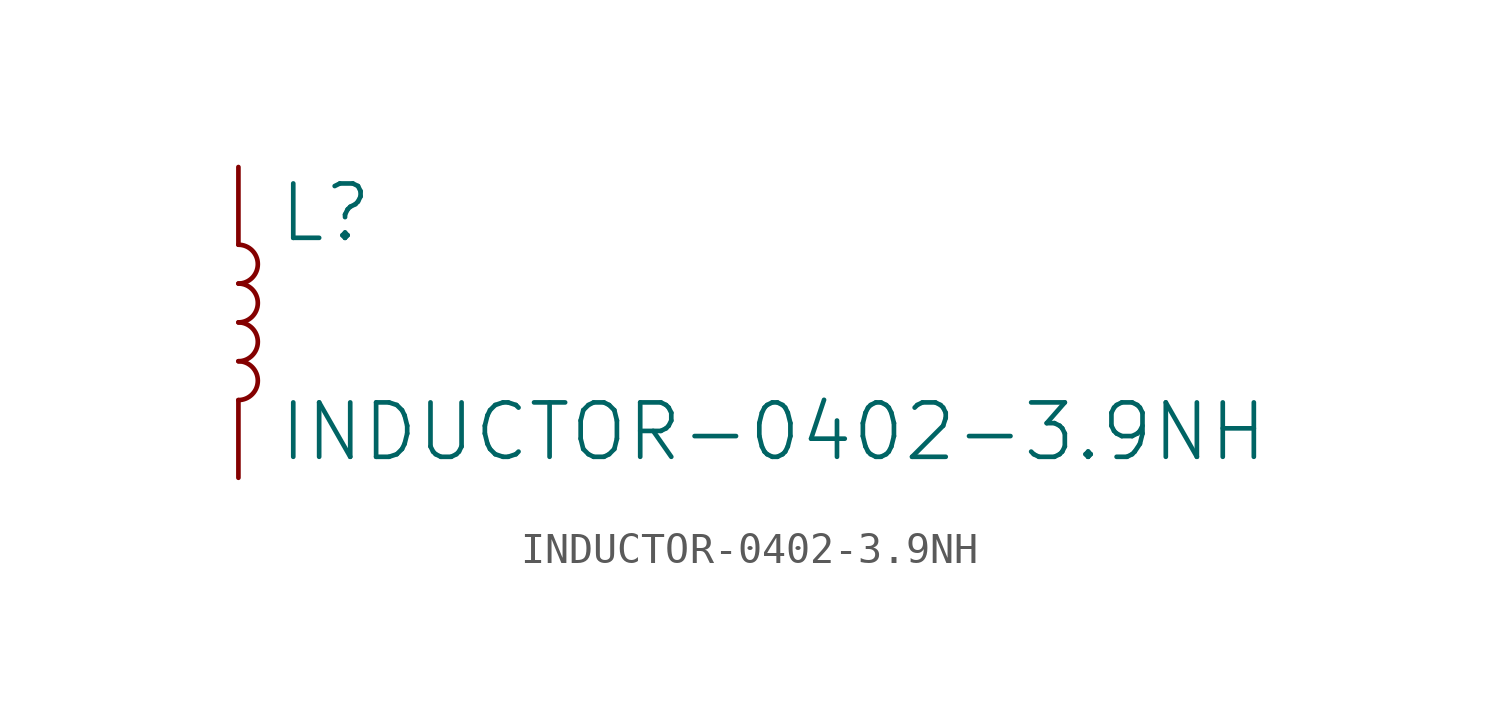
<source format=kicad_sym>
(kicad_symbol_lib
  (version 20220331)
  (generator kicad_symbol_editor)
  (symbol "INDUCTOR-0402-3.9NH"
    (property "Reference" "L"
      (at 1.27 2.54 0)
      (effects (font (size 1.778 1.778)) (justify left bottom)))
    (property "Value" "INDUCTOR-0402-3.9NH"
      (at 1.27 -2.54 0)
      (effects (font (size 1.778 1.778)) (justify left top)))
    (property "ki_locked" ""
      (at 0 0 0)
      (effects (font (size 1.27 1.27))))
    (symbol "INDUCTOR-0402-3.9NH_1_0"
      (arc (start 0 -2.54) (mid 0.635 -1.905) (end 0 -1.27) (stroke (width 0.1524) (type solid)) (fill (type none)))
      (arc (start 0 -1.27) (mid 0.635 -0.635) (end 0 0) (stroke (width 0.1524) (type solid)) (fill (type none)))
      (arc (start 0 0) (mid 0.635 0.635) (end 0 1.27) (stroke (width 0.1524) (type solid)) (fill (type none)))
      (arc (start 0 1.27) (mid 0.635 1.905) (end 0 2.54) (stroke (width 0.1524) (type solid)) (fill (type none)))
      (pin passive line (at 0 5.08 270) (length 2.54) (name "1" (effects (font (size 0 0)))) (number "1" (effects (font (size 0 0)))))
      (pin passive line (at 0 -5.08 90) (length 2.54) (name "2" (effects (font (size 0 0)))) (number "2" (effects (font (size 0 0))))))))
</source>
